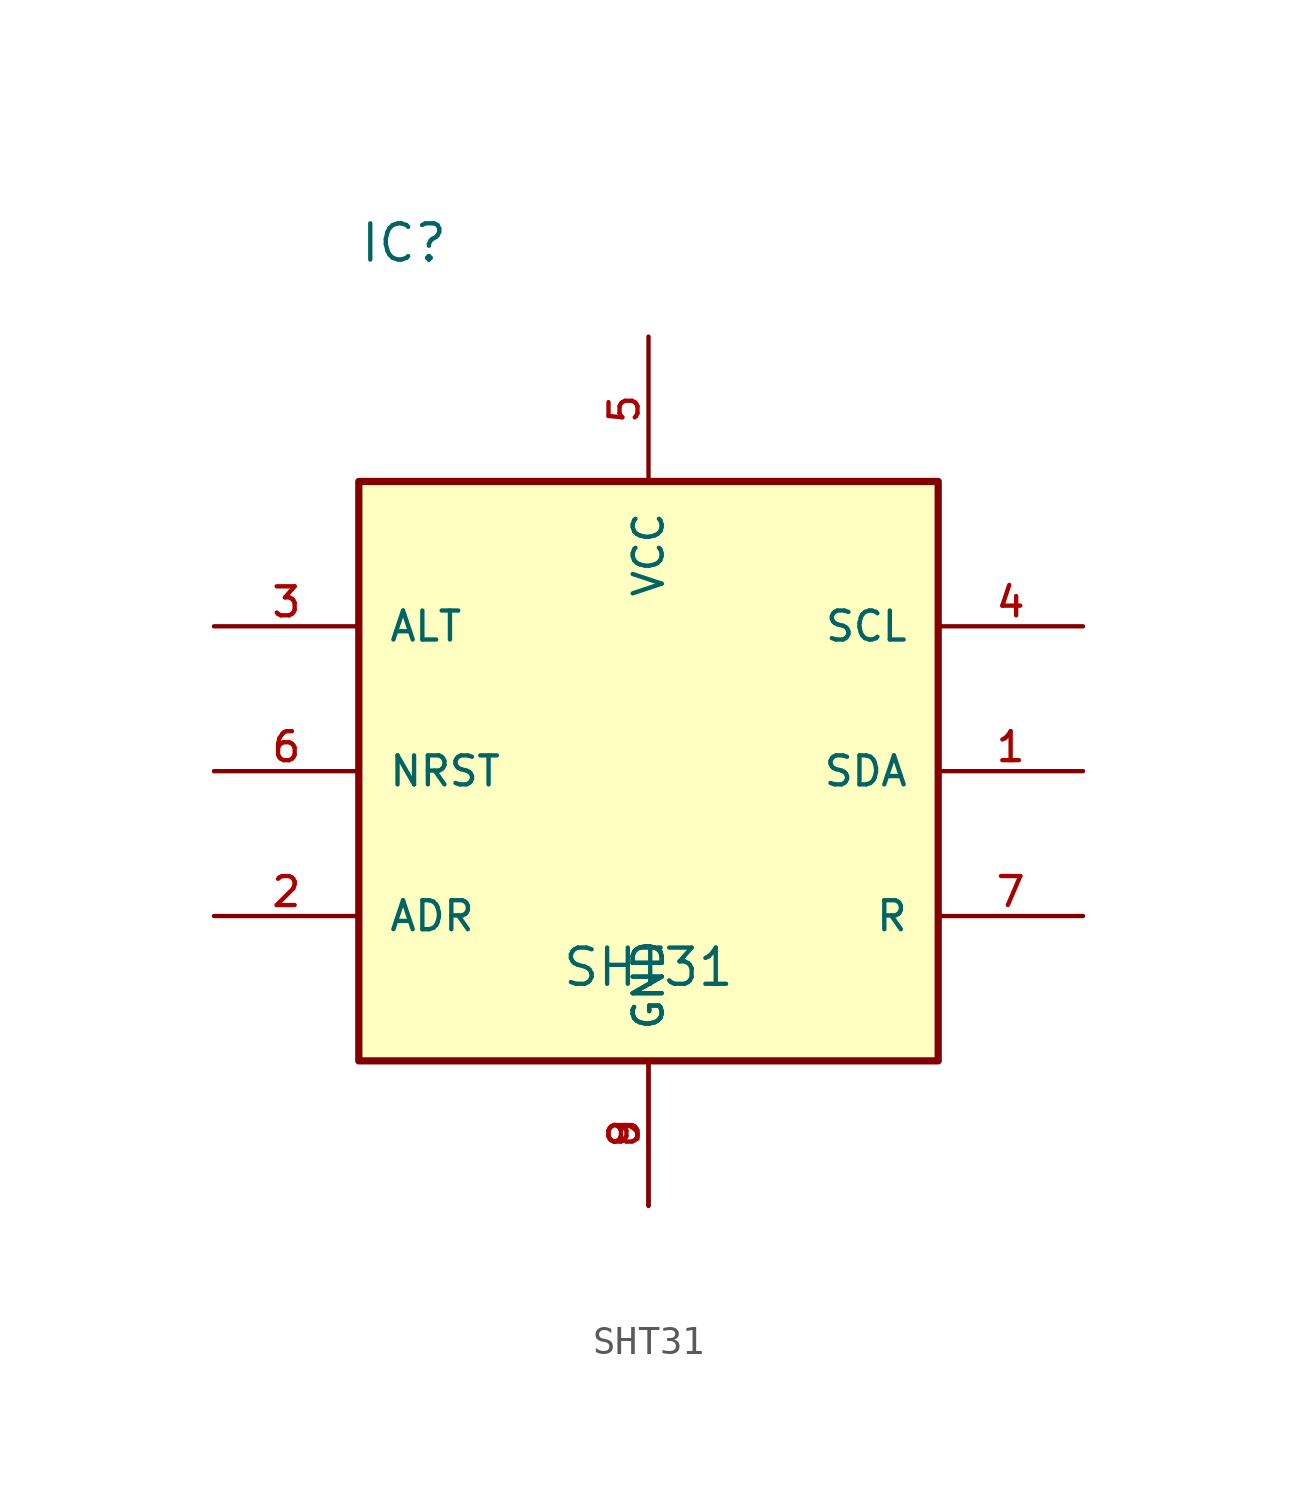
<source format=kicad_sym>
(kicad_symbol_lib
  (version 20211014)
  (generator kicad_symbol_editor)
  (symbol "SHT31"
    (pin_names
      (offset 1.016))
    (property "Reference" "IC"
      (at -10.16 25.4 0)
      (effects (font (size 1.27 1.27)) (justify bottom left)))
    (property "Value" "SHT31"
      (at 0 0.0 0)
      (effects (font (size 1.27 1.27)) (justify bottom)))
    (symbol "SHT31_0_0"
      (rectangle (start -10.16 -2.54) (end 10.16 17.78) (stroke (width 0.254)) (fill (type background)))
      (pin bidirectional line (at 0.0 -7.62 90.0) (length 5.08) (name "GND" (effects (font (size 1.016 1.016)))) (number "8" (effects (font (size 1.016 1.016)))))
      (pin bidirectional line (at 0.0 -7.62 90.0) (length 5.08) (name "GND" (effects (font (size 1.016 1.016)))) (number "9" (effects (font (size 1.016 1.016)))))
      (pin bidirectional line (at 0.0 22.86 270.0) (length 5.08) (name "VCC" (effects (font (size 1.016 1.016)))) (number "5" (effects (font (size 1.016 1.016)))))
      (pin bidirectional line (at -15.24 12.7 0) (length 5.08) (name "ALT" (effects (font (size 1.016 1.016)))) (number "3" (effects (font (size 1.016 1.016)))))
      (pin bidirectional line (at -15.24 7.62 0) (length 5.08) (name "NRST" (effects (font (size 1.016 1.016)))) (number "6" (effects (font (size 1.016 1.016)))))
      (pin bidirectional line (at -15.24 2.54 0) (length 5.08) (name "ADR" (effects (font (size 1.016 1.016)))) (number "2" (effects (font (size 1.016 1.016)))))
      (pin bidirectional line (at 15.24 12.7 180.0) (length 5.08) (name "SCL" (effects (font (size 1.016 1.016)))) (number "4" (effects (font (size 1.016 1.016)))))
      (pin bidirectional line (at 15.24 7.62 180.0) (length 5.08) (name "SDA" (effects (font (size 1.016 1.016)))) (number "1" (effects (font (size 1.016 1.016)))))
      (pin bidirectional line (at 15.24 2.54 180.0) (length 5.08) (name "R" (effects (font (size 1.016 1.016)))) (number "7" (effects (font (size 1.016 1.016))))))))
</source>
